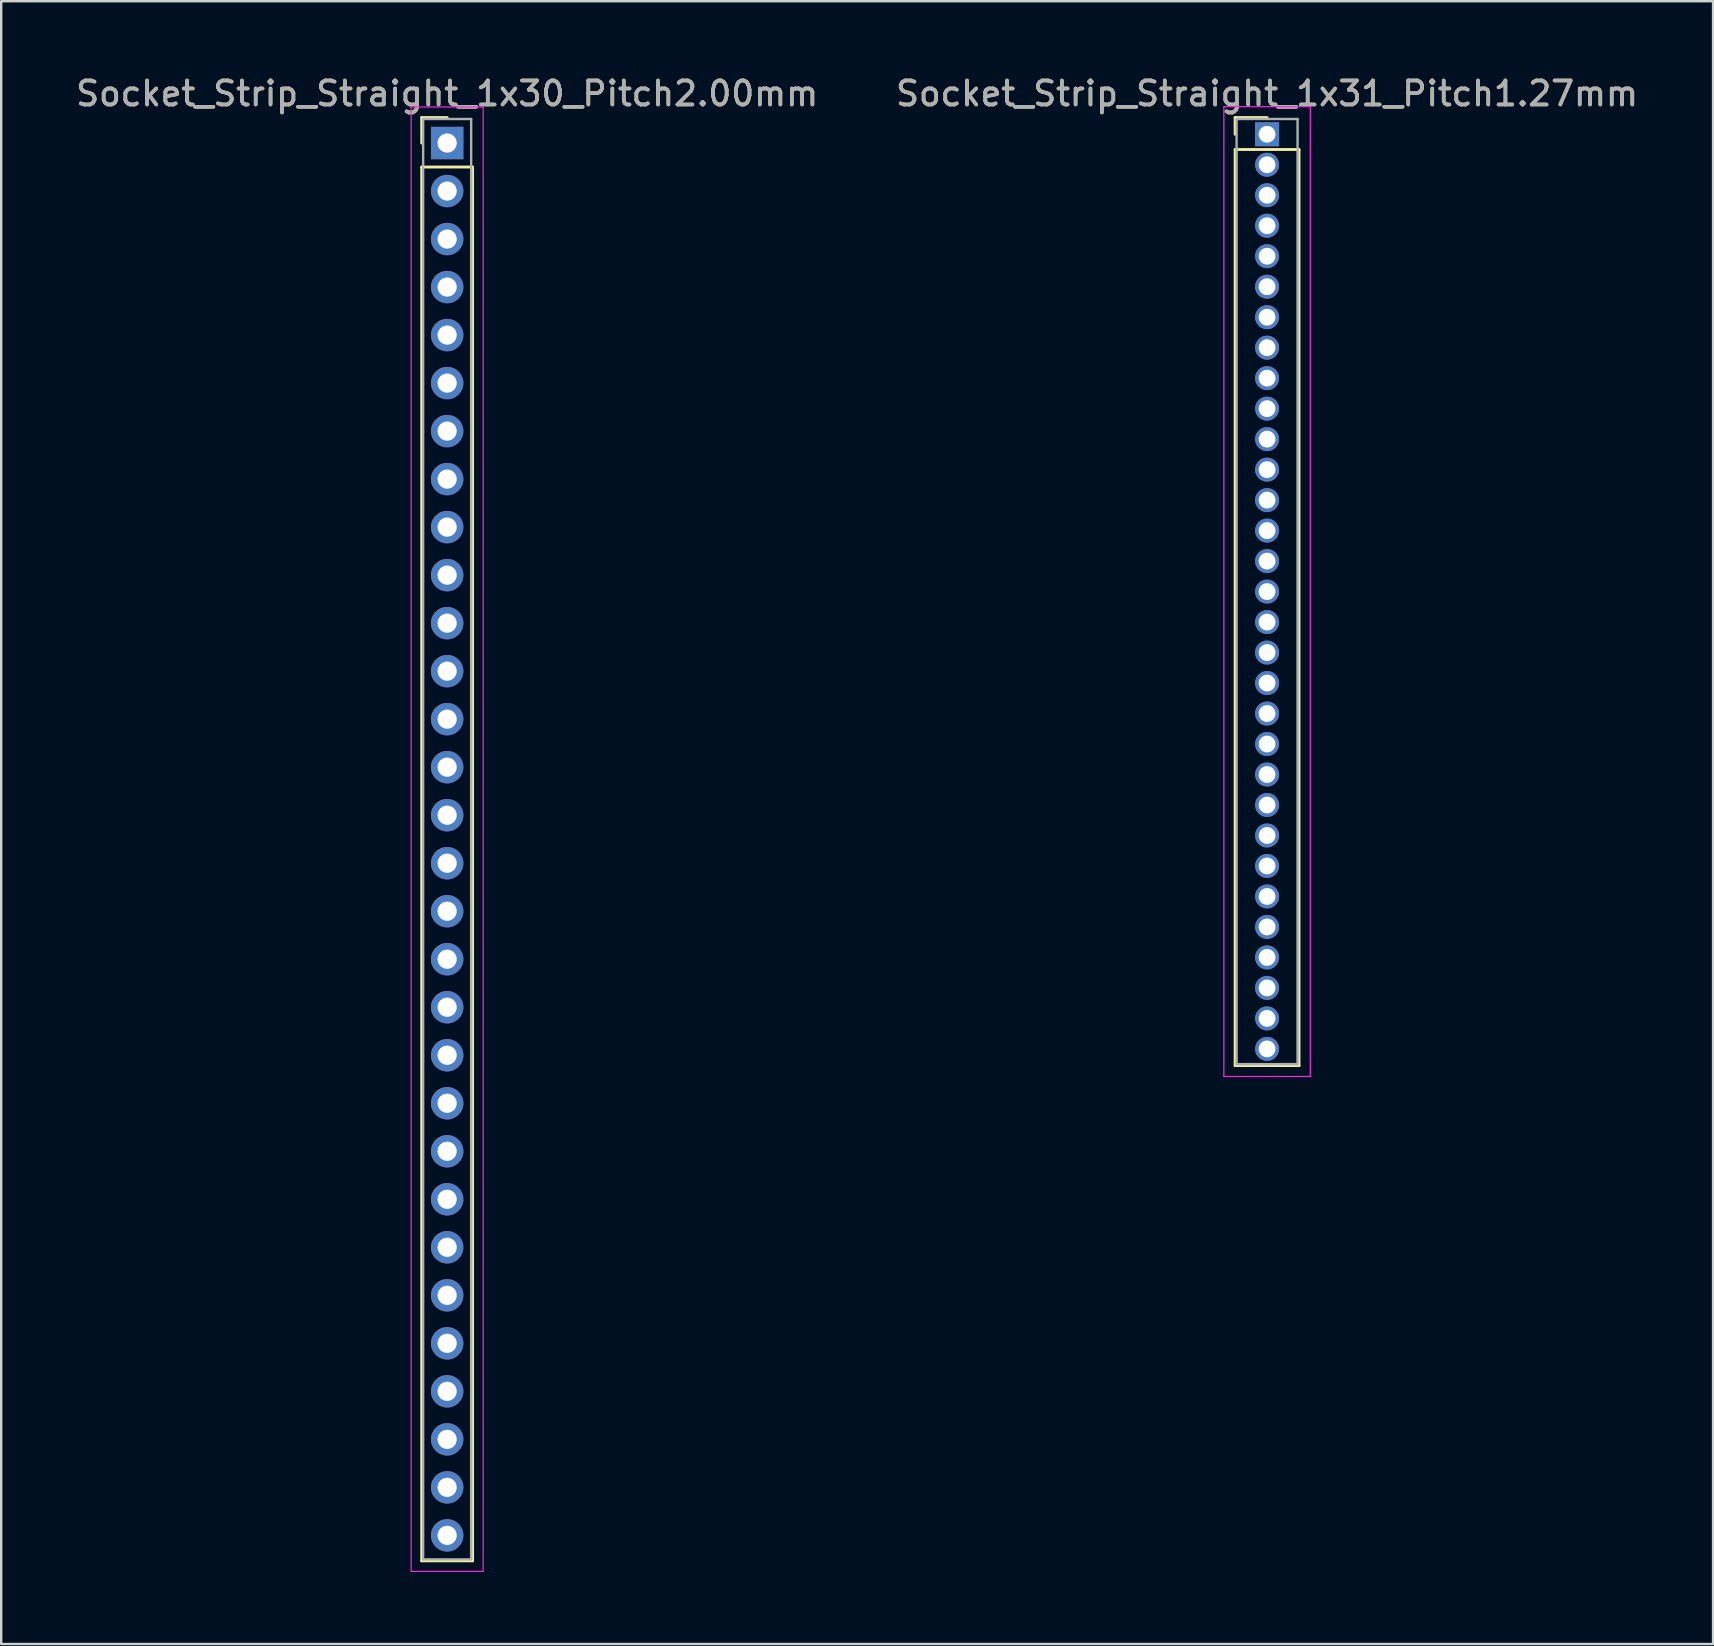
<source format=kicad_pcb>
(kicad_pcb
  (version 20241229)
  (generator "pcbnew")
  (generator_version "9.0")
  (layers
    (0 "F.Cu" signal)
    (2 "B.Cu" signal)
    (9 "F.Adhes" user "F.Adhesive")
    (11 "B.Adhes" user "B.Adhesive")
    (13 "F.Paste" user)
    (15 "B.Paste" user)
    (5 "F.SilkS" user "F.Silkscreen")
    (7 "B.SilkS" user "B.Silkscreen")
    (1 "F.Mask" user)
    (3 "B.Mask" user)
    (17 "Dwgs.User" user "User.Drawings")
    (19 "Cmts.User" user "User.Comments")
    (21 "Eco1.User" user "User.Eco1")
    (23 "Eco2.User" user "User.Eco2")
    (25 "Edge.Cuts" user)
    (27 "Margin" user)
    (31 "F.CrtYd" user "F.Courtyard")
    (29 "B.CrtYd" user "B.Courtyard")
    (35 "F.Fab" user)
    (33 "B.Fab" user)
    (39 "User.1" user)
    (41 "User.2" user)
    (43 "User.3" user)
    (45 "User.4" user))
  (footprint "Socket_Strip_Straight_1x30_Pitch2.00mm"
    (layer "F.Cu")
    (at 15.577 2.908)
    (property "Reference" "Socket_Strip_Straight_1x30_Pitch2.00mm" (at 0 -2.06 0) (layer "F.SilkS") (effects (font (size 1 1) (thickness 0.15))))
    (attr through_hole)
    (fp_line (start -1.06 -1.06) (end 0 -1.06) (stroke (width 0.12) (type solid)) (layer "F.SilkS"))
    (fp_line (start -1.06 0) (end -1.06 -1.06) (stroke (width 0.12) (type solid)) (layer "F.SilkS"))
    (fp_line (start -1.06 1) (end -1.06 59.06) (stroke (width 0.12) (type solid)) (layer "F.SilkS"))
    (fp_line (start -1.06 59.06) (end 1.06 59.06) (stroke (width 0.12) (type solid)) (layer "F.SilkS"))
    (fp_line (start 1.06 1) (end -1.06 1) (stroke (width 0.12) (type solid)) (layer "F.SilkS"))
    (fp_line (start 1.06 59.06) (end 1.06 1) (stroke (width 0.12) (type solid)) (layer "F.SilkS"))
    (fp_line (start -1.5 -1.5) (end -1.5 59.5) (stroke (width 0.05) (type solid)) (layer "F.CrtYd"))
    (fp_line (start -1.5 59.5) (end 1.5 59.5) (stroke (width 0.05) (type solid)) (layer "F.CrtYd"))
    (fp_line (start 1.5 -1.5) (end -1.5 -1.5) (stroke (width 0.05) (type solid)) (layer "F.CrtYd"))
    (fp_line (start 1.5 59.5) (end 1.5 -1.5) (stroke (width 0.05) (type solid)) (layer "F.CrtYd"))
    (fp_line (start -1 -1) (end -1 59) (stroke (width 0.1) (type solid)) (layer "F.Fab"))
    (fp_line (start -1 59) (end 1 59) (stroke (width 0.1) (type solid)) (layer "F.Fab"))
    (fp_line (start 1 -1) (end -1 -1) (stroke (width 0.1) (type solid)) (layer "F.Fab"))
    (fp_line (start 1 59) (end 1 -1) (stroke (width 0.1) (type solid)) (layer "F.Fab"))
    (fp_text user "${REFERENCE}" (at 0 -2.06 0) (layer "F.Fab") (effects (font (size 1 1) (thickness 0.15))))
    (pad "1" thru_hole rect (at 0 0) (size 1.35 1.35) (drill 0.8) (layers "*.Cu" "*.Mask"))
    (pad "2" thru_hole oval (at 0 2) (size 1.35 1.35) (drill 0.8) (layers "*.Cu" "*.Mask"))
    (pad "3" thru_hole oval (at 0 4) (size 1.35 1.35) (drill 0.8) (layers "*.Cu" "*.Mask"))
    (pad "4" thru_hole oval (at 0 6) (size 1.35 1.35) (drill 0.8) (layers "*.Cu" "*.Mask"))
    (pad "5" thru_hole oval (at 0 8) (size 1.35 1.35) (drill 0.8) (layers "*.Cu" "*.Mask"))
    (pad "6" thru_hole oval (at 0 10) (size 1.35 1.35) (drill 0.8) (layers "*.Cu" "*.Mask"))
    (pad "7" thru_hole oval (at 0 12) (size 1.35 1.35) (drill 0.8) (layers "*.Cu" "*.Mask"))
    (pad "8" thru_hole oval (at 0 14) (size 1.35 1.35) (drill 0.8) (layers "*.Cu" "*.Mask"))
    (pad "9" thru_hole oval (at 0 16) (size 1.35 1.35) (drill 0.8) (layers "*.Cu" "*.Mask"))
    (pad "10" thru_hole oval (at 0 18) (size 1.35 1.35) (drill 0.8) (layers "*.Cu" "*.Mask"))
    (pad "11" thru_hole oval (at 0 20) (size 1.35 1.35) (drill 0.8) (layers "*.Cu" "*.Mask"))
    (pad "12" thru_hole oval (at 0 22) (size 1.35 1.35) (drill 0.8) (layers "*.Cu" "*.Mask"))
    (pad "13" thru_hole oval (at 0 24) (size 1.35 1.35) (drill 0.8) (layers "*.Cu" "*.Mask"))
    (pad "14" thru_hole oval (at 0 26) (size 1.35 1.35) (drill 0.8) (layers "*.Cu" "*.Mask"))
    (pad "15" thru_hole oval (at 0 28) (size 1.35 1.35) (drill 0.8) (layers "*.Cu" "*.Mask"))
    (pad "16" thru_hole oval (at 0 30) (size 1.35 1.35) (drill 0.8) (layers "*.Cu" "*.Mask"))
    (pad "17" thru_hole oval (at 0 32) (size 1.35 1.35) (drill 0.8) (layers "*.Cu" "*.Mask"))
    (pad "18" thru_hole oval (at 0 34) (size 1.35 1.35) (drill 0.8) (layers "*.Cu" "*.Mask"))
    (pad "19" thru_hole oval (at 0 36) (size 1.35 1.35) (drill 0.8) (layers "*.Cu" "*.Mask"))
    (pad "20" thru_hole oval (at 0 38) (size 1.35 1.35) (drill 0.8) (layers "*.Cu" "*.Mask"))
    (pad "21" thru_hole oval (at 0 40) (size 1.35 1.35) (drill 0.8) (layers "*.Cu" "*.Mask"))
    (pad "22" thru_hole oval (at 0 42) (size 1.35 1.35) (drill 0.8) (layers "*.Cu" "*.Mask"))
    (pad "23" thru_hole oval (at 0 44) (size 1.35 1.35) (drill 0.8) (layers "*.Cu" "*.Mask"))
    (pad "24" thru_hole oval (at 0 46) (size 1.35 1.35) (drill 0.8) (layers "*.Cu" "*.Mask"))
    (pad "25" thru_hole oval (at 0 48) (size 1.35 1.35) (drill 0.8) (layers "*.Cu" "*.Mask"))
    (pad "26" thru_hole oval (at 0 50) (size 1.35 1.35) (drill 0.8) (layers "*.Cu" "*.Mask"))
    (pad "27" thru_hole oval (at 0 52) (size 1.35 1.35) (drill 0.8) (layers "*.Cu" "*.Mask"))
    (pad "28" thru_hole oval (at 0 54) (size 1.35 1.35) (drill 0.8) (layers "*.Cu" "*.Mask"))
    (pad "29" thru_hole oval (at 0 56) (size 1.35 1.35) (drill 0.8) (layers "*.Cu" "*.Mask"))
    (pad "30" thru_hole oval (at 0 58) (size 1.35 1.35) (drill 0.8) (layers "*.Cu" "*.Mask")))
  (footprint "Socket_Strip_Straight_1x31_Pitch1.27mm"
    (layer "F.Cu")
    (at 49.732 2.543)
    (property "Reference" "Socket_Strip_Straight_1x31_Pitch1.27mm" (at 0 -1.695 0) (layer "F.SilkS") (effects (font (size 1 1) (thickness 0.15))))
    (attr through_hole)
    (fp_line (start -1.33 -0.695) (end 0 -0.695) (stroke (width 0.12) (type solid)) (layer "F.SilkS"))
    (fp_line (start -1.33 0) (end -1.33 -0.695) (stroke (width 0.12) (type solid)) (layer "F.SilkS"))
    (fp_line (start -1.33 0.635) (end -1.33 38.795) (stroke (width 0.12) (type solid)) (layer "F.SilkS"))
    (fp_line (start -1.33 38.795) (end 1.33 38.795) (stroke (width 0.12) (type solid)) (layer "F.SilkS"))
    (fp_line (start 1.33 0.635) (end -1.33 0.635) (stroke (width 0.12) (type solid)) (layer "F.SilkS"))
    (fp_line (start 1.33 38.795) (end 1.33 0.635) (stroke (width 0.12) (type solid)) (layer "F.SilkS"))
    (fp_line (start -1.8 -1.15) (end -1.8 39.25) (stroke (width 0.05) (type solid)) (layer "F.CrtYd"))
    (fp_line (start -1.8 39.25) (end 1.8 39.25) (stroke (width 0.05) (type solid)) (layer "F.CrtYd"))
    (fp_line (start 1.8 -1.15) (end -1.8 -1.15) (stroke (width 0.05) (type solid)) (layer "F.CrtYd"))
    (fp_line (start 1.8 39.25) (end 1.8 -1.15) (stroke (width 0.05) (type solid)) (layer "F.CrtYd"))
    (fp_line (start -1.27 -0.635) (end -1.27 38.735) (stroke (width 0.1) (type solid)) (layer "F.Fab"))
    (fp_line (start -1.27 38.735) (end 1.27 38.735) (stroke (width 0.1) (type solid)) (layer "F.Fab"))
    (fp_line (start 1.27 -0.635) (end -1.27 -0.635) (stroke (width 0.1) (type solid)) (layer "F.Fab"))
    (fp_line (start 1.27 38.735) (end 1.27 -0.635) (stroke (width 0.1) (type solid)) (layer "F.Fab"))
    (fp_text user "${REFERENCE}" (at 0 -1.695 0) (layer "F.Fab") (effects (font (size 1 1) (thickness 0.15))))
    (pad "1" thru_hole rect (at 0 0) (size 1 1) (drill 0.7) (layers "*.Cu" "*.Mask"))
    (pad "2" thru_hole oval (at 0 1.27) (size 1 1) (drill 0.7) (layers "*.Cu" "*.Mask"))
    (pad "3" thru_hole oval (at 0 2.54) (size 1 1) (drill 0.7) (layers "*.Cu" "*.Mask"))
    (pad "4" thru_hole oval (at 0 3.81) (size 1 1) (drill 0.7) (layers "*.Cu" "*.Mask"))
    (pad "5" thru_hole oval (at 0 5.08) (size 1 1) (drill 0.7) (layers "*.Cu" "*.Mask"))
    (pad "6" thru_hole oval (at 0 6.35) (size 1 1) (drill 0.7) (layers "*.Cu" "*.Mask"))
    (pad "7" thru_hole oval (at 0 7.62) (size 1 1) (drill 0.7) (layers "*.Cu" "*.Mask"))
    (pad "8" thru_hole oval (at 0 8.89) (size 1 1) (drill 0.7) (layers "*.Cu" "*.Mask"))
    (pad "9" thru_hole oval (at 0 10.16) (size 1 1) (drill 0.7) (layers "*.Cu" "*.Mask"))
    (pad "10" thru_hole oval (at 0 11.43) (size 1 1) (drill 0.7) (layers "*.Cu" "*.Mask"))
    (pad "11" thru_hole oval (at 0 12.7) (size 1 1) (drill 0.7) (layers "*.Cu" "*.Mask"))
    (pad "12" thru_hole oval (at 0 13.97) (size 1 1) (drill 0.7) (layers "*.Cu" "*.Mask"))
    (pad "13" thru_hole oval (at 0 15.24) (size 1 1) (drill 0.7) (layers "*.Cu" "*.Mask"))
    (pad "14" thru_hole oval (at 0 16.51) (size 1 1) (drill 0.7) (layers "*.Cu" "*.Mask"))
    (pad "15" thru_hole oval (at 0 17.78) (size 1 1) (drill 0.7) (layers "*.Cu" "*.Mask"))
    (pad "16" thru_hole oval (at 0 19.05) (size 1 1) (drill 0.7) (layers "*.Cu" "*.Mask"))
    (pad "17" thru_hole oval (at 0 20.32) (size 1 1) (drill 0.7) (layers "*.Cu" "*.Mask"))
    (pad "18" thru_hole oval (at 0 21.59) (size 1 1) (drill 0.7) (layers "*.Cu" "*.Mask"))
    (pad "19" thru_hole oval (at 0 22.86) (size 1 1) (drill 0.7) (layers "*.Cu" "*.Mask"))
    (pad "20" thru_hole oval (at 0 24.13) (size 1 1) (drill 0.7) (layers "*.Cu" "*.Mask"))
    (pad "21" thru_hole oval (at 0 25.4) (size 1 1) (drill 0.7) (layers "*.Cu" "*.Mask"))
    (pad "22" thru_hole oval (at 0 26.67) (size 1 1) (drill 0.7) (layers "*.Cu" "*.Mask"))
    (pad "23" thru_hole oval (at 0 27.94) (size 1 1) (drill 0.7) (layers "*.Cu" "*.Mask"))
    (pad "24" thru_hole oval (at 0 29.21) (size 1 1) (drill 0.7) (layers "*.Cu" "*.Mask"))
    (pad "25" thru_hole oval (at 0 30.48) (size 1 1) (drill 0.7) (layers "*.Cu" "*.Mask"))
    (pad "26" thru_hole oval (at 0 31.75) (size 1 1) (drill 0.7) (layers "*.Cu" "*.Mask"))
    (pad "27" thru_hole oval (at 0 33.02) (size 1 1) (drill 0.7) (layers "*.Cu" "*.Mask"))
    (pad "28" thru_hole oval (at 0 34.29) (size 1 1) (drill 0.7) (layers "*.Cu" "*.Mask"))
    (pad "29" thru_hole oval (at 0 35.56) (size 1 1) (drill 0.7) (layers "*.Cu" "*.Mask"))
    (pad "30" thru_hole oval (at 0 36.83) (size 1 1) (drill 0.7) (layers "*.Cu" "*.Mask"))
    (pad "31" thru_hole oval (at 0 38.1) (size 1 1) (drill 0.7) (layers "*.Cu" "*.Mask")))
  (gr_rect
    (start -3 -3)
    (end 68.31 65.433)
    (stroke (width 0.1) (type default))
    (fill no)
    (layer "Edge.Cuts")))
</source>
